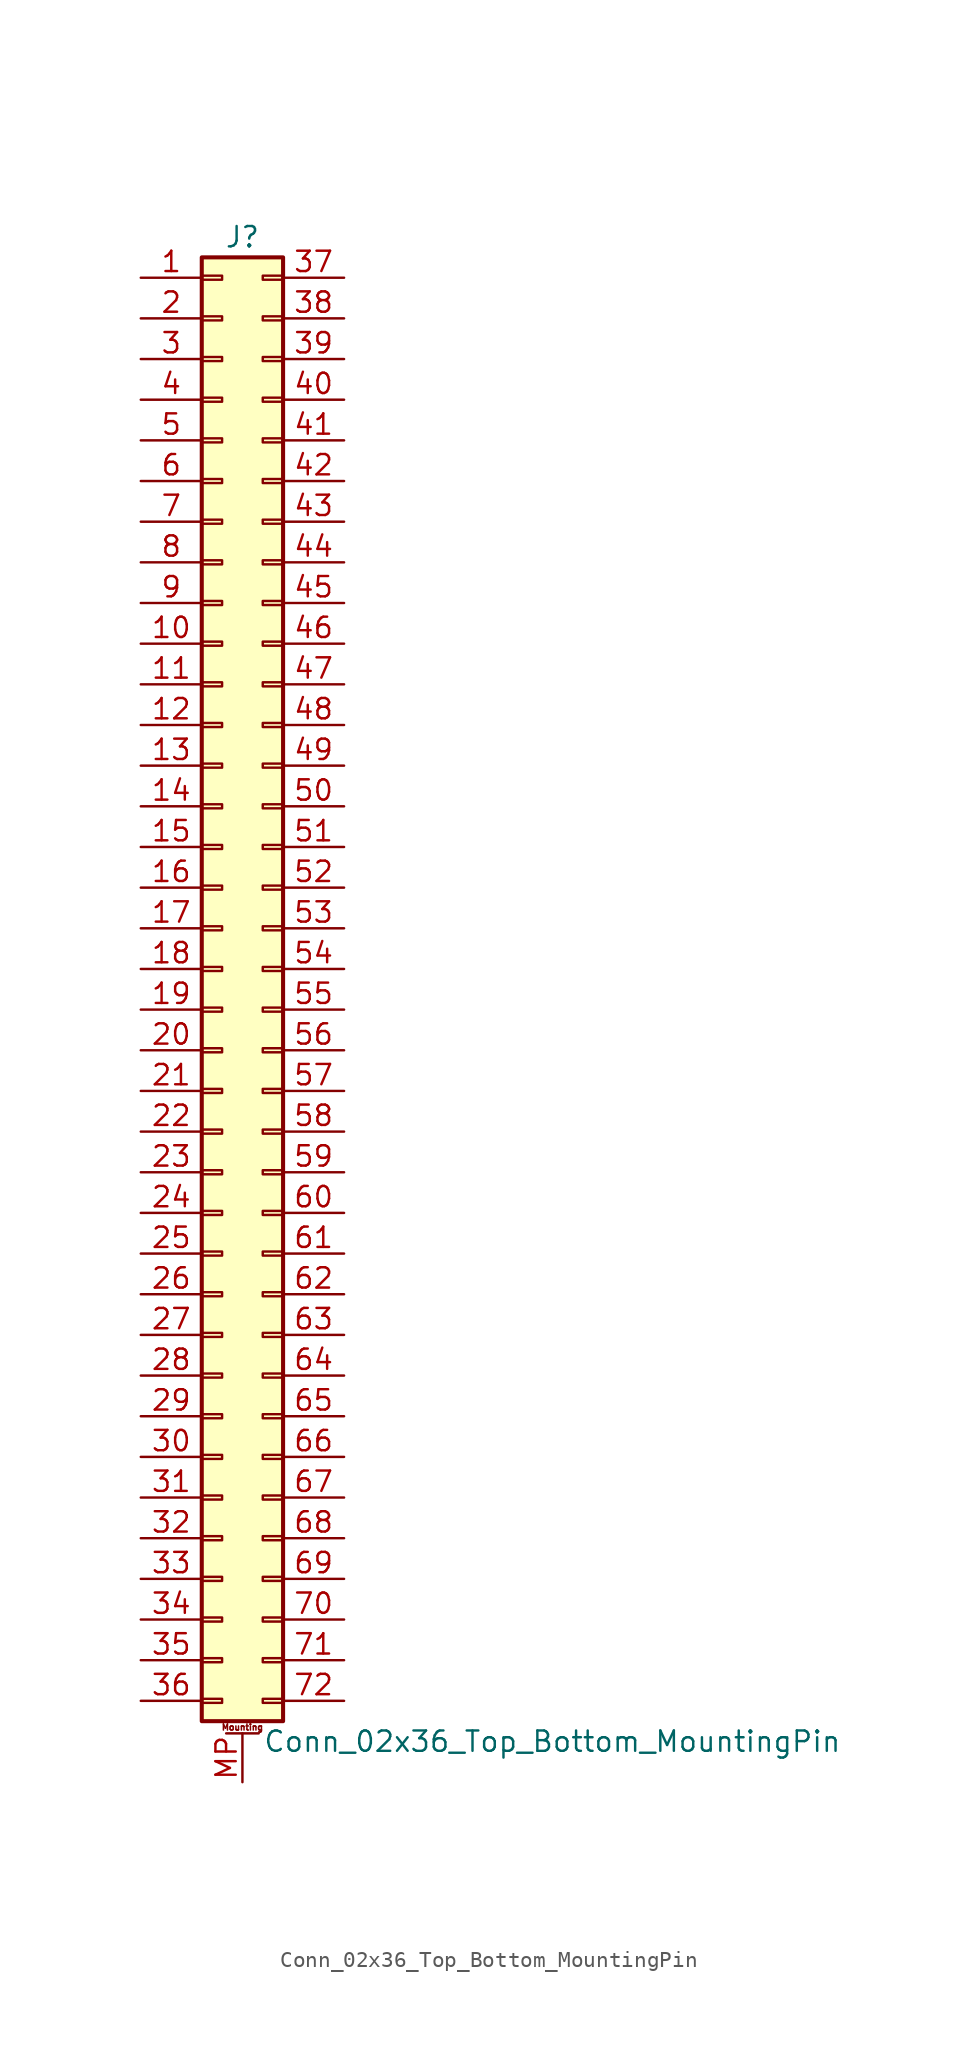
<source format=kicad_sym>
(kicad_symbol_lib
  (version 20220914)
  (generator kicad_symbol_editor)
  (symbol "Conn_02x36_Top_Bottom_MountingPin"
    (pin_names
      (offset 1.016) hide)
    (property "Reference" "J"
      (at 1.27 45.72 0)
      (effects (font (size 1.27 1.27))))
    (property "Value" "Conn_02x36_Top_Bottom_MountingPin"
      (at 2.54 -48.26 0)
      (effects (font (size 1.27 1.27)) (justify left)))
    (symbol "Conn_02x36_Top_Bottom_MountingPin_1_1"
      (rectangle (start -1.27 -45.593) (end 0 -45.847) (stroke (width 0.152) (type default)) (fill (type none)))
      (rectangle (start -1.27 -43.053) (end 0 -43.307) (stroke (width 0.152) (type default)) (fill (type none)))
      (rectangle (start -1.27 -40.513) (end 0 -40.767) (stroke (width 0.152) (type default)) (fill (type none)))
      (rectangle (start -1.27 -37.973) (end 0 -38.227) (stroke (width 0.152) (type default)) (fill (type none)))
      (rectangle (start -1.27 -35.433) (end 0 -35.687) (stroke (width 0.152) (type default)) (fill (type none)))
      (rectangle (start -1.27 -32.893) (end 0 -33.147) (stroke (width 0.152) (type default)) (fill (type none)))
      (rectangle (start -1.27 -30.353) (end 0 -30.607) (stroke (width 0.152) (type default)) (fill (type none)))
      (rectangle (start -1.27 -27.813) (end 0 -28.067) (stroke (width 0.152) (type default)) (fill (type none)))
      (rectangle (start -1.27 -25.273) (end 0 -25.527) (stroke (width 0.152) (type default)) (fill (type none)))
      (rectangle (start -1.27 -22.733) (end 0 -22.987) (stroke (width 0.152) (type default)) (fill (type none)))
      (rectangle (start -1.27 -20.193) (end 0 -20.447) (stroke (width 0.152) (type default)) (fill (type none)))
      (rectangle (start -1.27 -17.653) (end 0 -17.907) (stroke (width 0.152) (type default)) (fill (type none)))
      (rectangle (start -1.27 -15.113) (end 0 -15.367) (stroke (width 0.152) (type default)) (fill (type none)))
      (rectangle (start -1.27 -12.573) (end 0 -12.827) (stroke (width 0.152) (type default)) (fill (type none)))
      (rectangle (start -1.27 -10.033) (end 0 -10.287) (stroke (width 0.152) (type default)) (fill (type none)))
      (rectangle (start -1.27 -7.493) (end 0 -7.747) (stroke (width 0.152) (type default)) (fill (type none)))
      (rectangle (start -1.27 -4.953) (end 0 -5.207) (stroke (width 0.152) (type default)) (fill (type none)))
      (rectangle (start -1.27 -2.413) (end 0 -2.667) (stroke (width 0.152) (type default)) (fill (type none)))
      (rectangle (start -1.27 0.127) (end 0 -0.127) (stroke (width 0.152) (type default)) (fill (type none)))
      (rectangle (start -1.27 2.667) (end 0 2.413) (stroke (width 0.152) (type default)) (fill (type none)))
      (rectangle (start -1.27 5.207) (end 0 4.953) (stroke (width 0.152) (type default)) (fill (type none)))
      (rectangle (start -1.27 7.747) (end 0 7.493) (stroke (width 0.152) (type default)) (fill (type none)))
      (rectangle (start -1.27 10.287) (end 0 10.033) (stroke (width 0.152) (type default)) (fill (type none)))
      (rectangle (start -1.27 12.827) (end 0 12.573) (stroke (width 0.152) (type default)) (fill (type none)))
      (rectangle (start -1.27 15.367) (end 0 15.113) (stroke (width 0.152) (type default)) (fill (type none)))
      (rectangle (start -1.27 17.907) (end 0 17.653) (stroke (width 0.152) (type default)) (fill (type none)))
      (rectangle (start -1.27 20.447) (end 0 20.193) (stroke (width 0.152) (type default)) (fill (type none)))
      (rectangle (start -1.27 22.987) (end 0 22.733) (stroke (width 0.152) (type default)) (fill (type none)))
      (rectangle (start -1.27 25.527) (end 0 25.273) (stroke (width 0.152) (type default)) (fill (type none)))
      (rectangle (start -1.27 28.067) (end 0 27.813) (stroke (width 0.152) (type default)) (fill (type none)))
      (rectangle (start -1.27 30.607) (end 0 30.353) (stroke (width 0.152) (type default)) (fill (type none)))
      (rectangle (start -1.27 33.147) (end 0 32.893) (stroke (width 0.152) (type default)) (fill (type none)))
      (rectangle (start -1.27 35.687) (end 0 35.433) (stroke (width 0.152) (type default)) (fill (type none)))
      (rectangle (start -1.27 38.227) (end 0 37.973) (stroke (width 0.152) (type default)) (fill (type none)))
      (rectangle (start -1.27 40.767) (end 0 40.513) (stroke (width 0.152) (type default)) (fill (type none)))
      (rectangle (start -1.27 43.307) (end 0 43.053) (stroke (width 0.152) (type default)) (fill (type none)))
      (rectangle (start -1.27 44.45) (end 3.81 -46.99) (stroke (width 0.254) (type default)) (fill (type background)))
      (polyline (pts (xy 0.254 -47.752) (xy 2.286 -47.752)) (stroke (width 0.152) (type default)) (fill (type none)))
      (rectangle (start 3.81 -45.593) (end 2.54 -45.847) (stroke (width 0.152) (type default)) (fill (type none)))
      (rectangle (start 3.81 -43.053) (end 2.54 -43.307) (stroke (width 0.152) (type default)) (fill (type none)))
      (rectangle (start 3.81 -40.513) (end 2.54 -40.767) (stroke (width 0.152) (type default)) (fill (type none)))
      (rectangle (start 3.81 -37.973) (end 2.54 -38.227) (stroke (width 0.152) (type default)) (fill (type none)))
      (rectangle (start 3.81 -35.433) (end 2.54 -35.687) (stroke (width 0.152) (type default)) (fill (type none)))
      (rectangle (start 3.81 -32.893) (end 2.54 -33.147) (stroke (width 0.152) (type default)) (fill (type none)))
      (rectangle (start 3.81 -30.353) (end 2.54 -30.607) (stroke (width 0.152) (type default)) (fill (type none)))
      (rectangle (start 3.81 -27.813) (end 2.54 -28.067) (stroke (width 0.152) (type default)) (fill (type none)))
      (rectangle (start 3.81 -25.273) (end 2.54 -25.527) (stroke (width 0.152) (type default)) (fill (type none)))
      (rectangle (start 3.81 -22.733) (end 2.54 -22.987) (stroke (width 0.152) (type default)) (fill (type none)))
      (rectangle (start 3.81 -20.193) (end 2.54 -20.447) (stroke (width 0.152) (type default)) (fill (type none)))
      (rectangle (start 3.81 -17.653) (end 2.54 -17.907) (stroke (width 0.152) (type default)) (fill (type none)))
      (rectangle (start 3.81 -15.113) (end 2.54 -15.367) (stroke (width 0.152) (type default)) (fill (type none)))
      (rectangle (start 3.81 -12.573) (end 2.54 -12.827) (stroke (width 0.152) (type default)) (fill (type none)))
      (rectangle (start 3.81 -10.033) (end 2.54 -10.287) (stroke (width 0.152) (type default)) (fill (type none)))
      (rectangle (start 3.81 -7.493) (end 2.54 -7.747) (stroke (width 0.152) (type default)) (fill (type none)))
      (rectangle (start 3.81 -4.953) (end 2.54 -5.207) (stroke (width 0.152) (type default)) (fill (type none)))
      (rectangle (start 3.81 -2.413) (end 2.54 -2.667) (stroke (width 0.152) (type default)) (fill (type none)))
      (rectangle (start 3.81 0.127) (end 2.54 -0.127) (stroke (width 0.152) (type default)) (fill (type none)))
      (rectangle (start 3.81 2.667) (end 2.54 2.413) (stroke (width 0.152) (type default)) (fill (type none)))
      (rectangle (start 3.81 5.207) (end 2.54 4.953) (stroke (width 0.152) (type default)) (fill (type none)))
      (rectangle (start 3.81 7.747) (end 2.54 7.493) (stroke (width 0.152) (type default)) (fill (type none)))
      (rectangle (start 3.81 10.287) (end 2.54 10.033) (stroke (width 0.152) (type default)) (fill (type none)))
      (rectangle (start 3.81 12.827) (end 2.54 12.573) (stroke (width 0.152) (type default)) (fill (type none)))
      (rectangle (start 3.81 15.367) (end 2.54 15.113) (stroke (width 0.152) (type default)) (fill (type none)))
      (rectangle (start 3.81 17.907) (end 2.54 17.653) (stroke (width 0.152) (type default)) (fill (type none)))
      (rectangle (start 3.81 20.447) (end 2.54 20.193) (stroke (width 0.152) (type default)) (fill (type none)))
      (rectangle (start 3.81 22.987) (end 2.54 22.733) (stroke (width 0.152) (type default)) (fill (type none)))
      (rectangle (start 3.81 25.527) (end 2.54 25.273) (stroke (width 0.152) (type default)) (fill (type none)))
      (rectangle (start 3.81 28.067) (end 2.54 27.813) (stroke (width 0.152) (type default)) (fill (type none)))
      (rectangle (start 3.81 30.607) (end 2.54 30.353) (stroke (width 0.152) (type default)) (fill (type none)))
      (rectangle (start 3.81 33.147) (end 2.54 32.893) (stroke (width 0.152) (type default)) (fill (type none)))
      (rectangle (start 3.81 35.687) (end 2.54 35.433) (stroke (width 0.152) (type default)) (fill (type none)))
      (rectangle (start 3.81 38.227) (end 2.54 37.973) (stroke (width 0.152) (type default)) (fill (type none)))
      (rectangle (start 3.81 40.767) (end 2.54 40.513) (stroke (width 0.152) (type default)) (fill (type none)))
      (rectangle (start 3.81 43.307) (end 2.54 43.053) (stroke (width 0.152) (type default)) (fill (type none)))
      (text "Mounting" (at 1.27 -47.371 0) (effects (font (size 0.381 0.381))))
      (pin passive line (at -5.08 43.18 0) (length 3.81) (name "Pin_1" (effects (font (size 1.27 1.27)))) (number "1" (effects (font (size 1.27 1.27)))))
      (pin passive line (at -5.08 20.32 0) (length 3.81) (name "Pin_10" (effects (font (size 1.27 1.27)))) (number "10" (effects (font (size 1.27 1.27)))))
      (pin passive line (at -5.08 17.78 0) (length 3.81) (name "Pin_11" (effects (font (size 1.27 1.27)))) (number "11" (effects (font (size 1.27 1.27)))))
      (pin passive line (at -5.08 15.24 0) (length 3.81) (name "Pin_12" (effects (font (size 1.27 1.27)))) (number "12" (effects (font (size 1.27 1.27)))))
      (pin passive line (at -5.08 12.7 0) (length 3.81) (name "Pin_13" (effects (font (size 1.27 1.27)))) (number "13" (effects (font (size 1.27 1.27)))))
      (pin passive line (at -5.08 10.16 0) (length 3.81) (name "Pin_14" (effects (font (size 1.27 1.27)))) (number "14" (effects (font (size 1.27 1.27)))))
      (pin passive line (at -5.08 7.62 0) (length 3.81) (name "Pin_15" (effects (font (size 1.27 1.27)))) (number "15" (effects (font (size 1.27 1.27)))))
      (pin passive line (at -5.08 5.08 0) (length 3.81) (name "Pin_16" (effects (font (size 1.27 1.27)))) (number "16" (effects (font (size 1.27 1.27)))))
      (pin passive line (at -5.08 2.54 0) (length 3.81) (name "Pin_17" (effects (font (size 1.27 1.27)))) (number "17" (effects (font (size 1.27 1.27)))))
      (pin passive line (at -5.08 0 0) (length 3.81) (name "Pin_18" (effects (font (size 1.27 1.27)))) (number "18" (effects (font (size 1.27 1.27)))))
      (pin passive line (at -5.08 -2.54 0) (length 3.81) (name "Pin_19" (effects (font (size 1.27 1.27)))) (number "19" (effects (font (size 1.27 1.27)))))
      (pin passive line (at -5.08 40.64 0) (length 3.81) (name "Pin_2" (effects (font (size 1.27 1.27)))) (number "2" (effects (font (size 1.27 1.27)))))
      (pin passive line (at -5.08 -5.08 0) (length 3.81) (name "Pin_20" (effects (font (size 1.27 1.27)))) (number "20" (effects (font (size 1.27 1.27)))))
      (pin passive line (at -5.08 -7.62 0) (length 3.81) (name "Pin_21" (effects (font (size 1.27 1.27)))) (number "21" (effects (font (size 1.27 1.27)))))
      (pin passive line (at -5.08 -10.16 0) (length 3.81) (name "Pin_22" (effects (font (size 1.27 1.27)))) (number "22" (effects (font (size 1.27 1.27)))))
      (pin passive line (at -5.08 -12.7 0) (length 3.81) (name "Pin_23" (effects (font (size 1.27 1.27)))) (number "23" (effects (font (size 1.27 1.27)))))
      (pin passive line (at -5.08 -15.24 0) (length 3.81) (name "Pin_24" (effects (font (size 1.27 1.27)))) (number "24" (effects (font (size 1.27 1.27)))))
      (pin passive line (at -5.08 -17.78 0) (length 3.81) (name "Pin_25" (effects (font (size 1.27 1.27)))) (number "25" (effects (font (size 1.27 1.27)))))
      (pin passive line (at -5.08 -20.32 0) (length 3.81) (name "Pin_26" (effects (font (size 1.27 1.27)))) (number "26" (effects (font (size 1.27 1.27)))))
      (pin passive line (at -5.08 -22.86 0) (length 3.81) (name "Pin_27" (effects (font (size 1.27 1.27)))) (number "27" (effects (font (size 1.27 1.27)))))
      (pin passive line (at -5.08 -25.4 0) (length 3.81) (name "Pin_28" (effects (font (size 1.27 1.27)))) (number "28" (effects (font (size 1.27 1.27)))))
      (pin passive line (at -5.08 -27.94 0) (length 3.81) (name "Pin_29" (effects (font (size 1.27 1.27)))) (number "29" (effects (font (size 1.27 1.27)))))
      (pin passive line (at -5.08 38.1 0) (length 3.81) (name "Pin_3" (effects (font (size 1.27 1.27)))) (number "3" (effects (font (size 1.27 1.27)))))
      (pin passive line (at -5.08 -30.48 0) (length 3.81) (name "Pin_30" (effects (font (size 1.27 1.27)))) (number "30" (effects (font (size 1.27 1.27)))))
      (pin passive line (at -5.08 -33.02 0) (length 3.81) (name "Pin_31" (effects (font (size 1.27 1.27)))) (number "31" (effects (font (size 1.27 1.27)))))
      (pin passive line (at -5.08 -35.56 0) (length 3.81) (name "Pin_32" (effects (font (size 1.27 1.27)))) (number "32" (effects (font (size 1.27 1.27)))))
      (pin passive line (at -5.08 -38.1 0) (length 3.81) (name "Pin_33" (effects (font (size 1.27 1.27)))) (number "33" (effects (font (size 1.27 1.27)))))
      (pin passive line (at -5.08 -40.64 0) (length 3.81) (name "Pin_34" (effects (font (size 1.27 1.27)))) (number "34" (effects (font (size 1.27 1.27)))))
      (pin passive line (at -5.08 -43.18 0) (length 3.81) (name "Pin_35" (effects (font (size 1.27 1.27)))) (number "35" (effects (font (size 1.27 1.27)))))
      (pin passive line (at -5.08 -45.72 0) (length 3.81) (name "Pin_36" (effects (font (size 1.27 1.27)))) (number "36" (effects (font (size 1.27 1.27)))))
      (pin passive line (at 7.62 43.18 180) (length 3.81) (name "Pin_37" (effects (font (size 1.27 1.27)))) (number "37" (effects (font (size 1.27 1.27)))))
      (pin passive line (at 7.62 40.64 180) (length 3.81) (name "Pin_38" (effects (font (size 1.27 1.27)))) (number "38" (effects (font (size 1.27 1.27)))))
      (pin passive line (at 7.62 38.1 180) (length 3.81) (name "Pin_39" (effects (font (size 1.27 1.27)))) (number "39" (effects (font (size 1.27 1.27)))))
      (pin passive line (at -5.08 35.56 0) (length 3.81) (name "Pin_4" (effects (font (size 1.27 1.27)))) (number "4" (effects (font (size 1.27 1.27)))))
      (pin passive line (at 7.62 35.56 180) (length 3.81) (name "Pin_40" (effects (font (size 1.27 1.27)))) (number "40" (effects (font (size 1.27 1.27)))))
      (pin passive line (at 7.62 33.02 180) (length 3.81) (name "Pin_41" (effects (font (size 1.27 1.27)))) (number "41" (effects (font (size 1.27 1.27)))))
      (pin passive line (at 7.62 30.48 180) (length 3.81) (name "Pin_42" (effects (font (size 1.27 1.27)))) (number "42" (effects (font (size 1.27 1.27)))))
      (pin passive line (at 7.62 27.94 180) (length 3.81) (name "Pin_43" (effects (font (size 1.27 1.27)))) (number "43" (effects (font (size 1.27 1.27)))))
      (pin passive line (at 7.62 25.4 180) (length 3.81) (name "Pin_44" (effects (font (size 1.27 1.27)))) (number "44" (effects (font (size 1.27 1.27)))))
      (pin passive line (at 7.62 22.86 180) (length 3.81) (name "Pin_45" (effects (font (size 1.27 1.27)))) (number "45" (effects (font (size 1.27 1.27)))))
      (pin passive line (at 7.62 20.32 180) (length 3.81) (name "Pin_46" (effects (font (size 1.27 1.27)))) (number "46" (effects (font (size 1.27 1.27)))))
      (pin passive line (at 7.62 17.78 180) (length 3.81) (name "Pin_47" (effects (font (size 1.27 1.27)))) (number "47" (effects (font (size 1.27 1.27)))))
      (pin passive line (at 7.62 15.24 180) (length 3.81) (name "Pin_48" (effects (font (size 1.27 1.27)))) (number "48" (effects (font (size 1.27 1.27)))))
      (pin passive line (at 7.62 12.7 180) (length 3.81) (name "Pin_49" (effects (font (size 1.27 1.27)))) (number "49" (effects (font (size 1.27 1.27)))))
      (pin passive line (at -5.08 33.02 0) (length 3.81) (name "Pin_5" (effects (font (size 1.27 1.27)))) (number "5" (effects (font (size 1.27 1.27)))))
      (pin passive line (at 7.62 10.16 180) (length 3.81) (name "Pin_50" (effects (font (size 1.27 1.27)))) (number "50" (effects (font (size 1.27 1.27)))))
      (pin passive line (at 7.62 7.62 180) (length 3.81) (name "Pin_51" (effects (font (size 1.27 1.27)))) (number "51" (effects (font (size 1.27 1.27)))))
      (pin passive line (at 7.62 5.08 180) (length 3.81) (name "Pin_52" (effects (font (size 1.27 1.27)))) (number "52" (effects (font (size 1.27 1.27)))))
      (pin passive line (at 7.62 2.54 180) (length 3.81) (name "Pin_53" (effects (font (size 1.27 1.27)))) (number "53" (effects (font (size 1.27 1.27)))))
      (pin passive line (at 7.62 0 180) (length 3.81) (name "Pin_54" (effects (font (size 1.27 1.27)))) (number "54" (effects (font (size 1.27 1.27)))))
      (pin passive line (at 7.62 -2.54 180) (length 3.81) (name "Pin_55" (effects (font (size 1.27 1.27)))) (number "55" (effects (font (size 1.27 1.27)))))
      (pin passive line (at 7.62 -5.08 180) (length 3.81) (name "Pin_56" (effects (font (size 1.27 1.27)))) (number "56" (effects (font (size 1.27 1.27)))))
      (pin passive line (at 7.62 -7.62 180) (length 3.81) (name "Pin_57" (effects (font (size 1.27 1.27)))) (number "57" (effects (font (size 1.27 1.27)))))
      (pin passive line (at 7.62 -10.16 180) (length 3.81) (name "Pin_58" (effects (font (size 1.27 1.27)))) (number "58" (effects (font (size 1.27 1.27)))))
      (pin passive line (at 7.62 -12.7 180) (length 3.81) (name "Pin_59" (effects (font (size 1.27 1.27)))) (number "59" (effects (font (size 1.27 1.27)))))
      (pin passive line (at -5.08 30.48 0) (length 3.81) (name "Pin_6" (effects (font (size 1.27 1.27)))) (number "6" (effects (font (size 1.27 1.27)))))
      (pin passive line (at 7.62 -15.24 180) (length 3.81) (name "Pin_60" (effects (font (size 1.27 1.27)))) (number "60" (effects (font (size 1.27 1.27)))))
      (pin passive line (at 7.62 -17.78 180) (length 3.81) (name "Pin_61" (effects (font (size 1.27 1.27)))) (number "61" (effects (font (size 1.27 1.27)))))
      (pin passive line (at 7.62 -20.32 180) (length 3.81) (name "Pin_62" (effects (font (size 1.27 1.27)))) (number "62" (effects (font (size 1.27 1.27)))))
      (pin passive line (at 7.62 -22.86 180) (length 3.81) (name "Pin_63" (effects (font (size 1.27 1.27)))) (number "63" (effects (font (size 1.27 1.27)))))
      (pin passive line (at 7.62 -25.4 180) (length 3.81) (name "Pin_64" (effects (font (size 1.27 1.27)))) (number "64" (effects (font (size 1.27 1.27)))))
      (pin passive line (at 7.62 -27.94 180) (length 3.81) (name "Pin_65" (effects (font (size 1.27 1.27)))) (number "65" (effects (font (size 1.27 1.27)))))
      (pin passive line (at 7.62 -30.48 180) (length 3.81) (name "Pin_66" (effects (font (size 1.27 1.27)))) (number "66" (effects (font (size 1.27 1.27)))))
      (pin passive line (at 7.62 -33.02 180) (length 3.81) (name "Pin_67" (effects (font (size 1.27 1.27)))) (number "67" (effects (font (size 1.27 1.27)))))
      (pin passive line (at 7.62 -35.56 180) (length 3.81) (name "Pin_68" (effects (font (size 1.27 1.27)))) (number "68" (effects (font (size 1.27 1.27)))))
      (pin passive line (at 7.62 -38.1 180) (length 3.81) (name "Pin_69" (effects (font (size 1.27 1.27)))) (number "69" (effects (font (size 1.27 1.27)))))
      (pin passive line (at -5.08 27.94 0) (length 3.81) (name "Pin_7" (effects (font (size 1.27 1.27)))) (number "7" (effects (font (size 1.27 1.27)))))
      (pin passive line (at 7.62 -40.64 180) (length 3.81) (name "Pin_70" (effects (font (size 1.27 1.27)))) (number "70" (effects (font (size 1.27 1.27)))))
      (pin passive line (at 7.62 -43.18 180) (length 3.81) (name "Pin_71" (effects (font (size 1.27 1.27)))) (number "71" (effects (font (size 1.27 1.27)))))
      (pin passive line (at 7.62 -45.72 180) (length 3.81) (name "Pin_72" (effects (font (size 1.27 1.27)))) (number "72" (effects (font (size 1.27 1.27)))))
      (pin passive line (at -5.08 25.4 0) (length 3.81) (name "Pin_8" (effects (font (size 1.27 1.27)))) (number "8" (effects (font (size 1.27 1.27)))))
      (pin passive line (at -5.08 22.86 0) (length 3.81) (name "Pin_9" (effects (font (size 1.27 1.27)))) (number "9" (effects (font (size 1.27 1.27)))))
      (pin passive line (at 1.27 -50.8 90) (length 3.048) (name "MountPin" (effects (font (size 1.27 1.27)))) (number "MP" (effects (font (size 1.27 1.27))))))))
</source>
